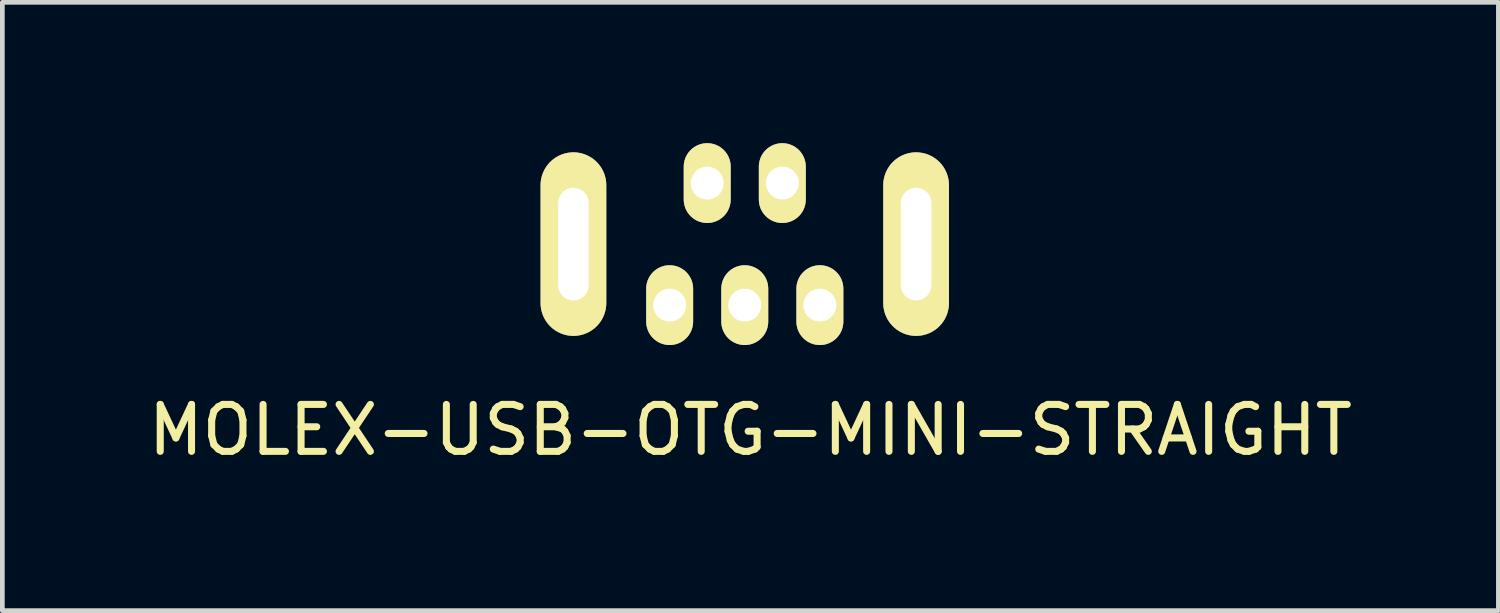
<source format=kicad_pcb>
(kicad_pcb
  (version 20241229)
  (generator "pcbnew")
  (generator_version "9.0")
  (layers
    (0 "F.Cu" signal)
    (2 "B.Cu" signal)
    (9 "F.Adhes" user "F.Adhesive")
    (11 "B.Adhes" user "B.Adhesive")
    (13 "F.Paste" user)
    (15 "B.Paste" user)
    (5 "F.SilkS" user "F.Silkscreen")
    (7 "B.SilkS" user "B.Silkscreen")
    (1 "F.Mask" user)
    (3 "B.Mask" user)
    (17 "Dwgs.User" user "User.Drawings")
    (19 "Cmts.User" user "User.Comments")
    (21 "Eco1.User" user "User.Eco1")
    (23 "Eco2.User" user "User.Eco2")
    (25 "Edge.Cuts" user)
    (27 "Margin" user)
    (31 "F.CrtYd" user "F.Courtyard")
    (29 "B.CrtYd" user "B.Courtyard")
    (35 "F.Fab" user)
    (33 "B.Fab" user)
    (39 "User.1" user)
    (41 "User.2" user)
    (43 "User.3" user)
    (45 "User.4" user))
  (footprint "MOLEX-USB-OTG-MINI-STRAIGHT"
    (layer "F.Cu")
    (at 9.165 2.15)
    (property "Reference" "MOLEX-USB-OTG-MINI-STRAIGHT" (at 3.77 3.96 0) (layer "F.SilkS") (effects (font (size 1 1) (thickness 0.15))))
    (attr through_hole)
    (pad "" thru_hole oval (at 0 0) (size 1.4 3.91) (drill oval 0.65 2.4) (layers "*.Cu" "*.Mask" "F.SilkS"))
    (pad "" thru_hole oval (at 7.3 0) (size 1.4 3.91) (drill oval 0.65 2.4) (layers "*.Cu" "*.Mask" "F.SilkS"))
    (pad "1" thru_hole oval (at 2.05 1.3) (size 1 1.7) (drill 0.7) (layers "*.Cu" "*.Mask" "F.SilkS"))
    (pad "2" thru_hole oval (at 2.85 -1.3) (size 1 1.7) (drill 0.7) (layers "*.Cu" "*.Mask" "F.SilkS"))
    (pad "3" thru_hole oval (at 3.65 1.3) (size 1 1.7) (drill 0.7) (layers "*.Cu" "*.Mask" "F.SilkS"))
    (pad "4" thru_hole oval (at 4.45 -1.3) (size 1 1.7) (drill 0.7) (layers "*.Cu" "*.Mask" "F.SilkS"))
    (pad "5" thru_hole oval (at 5.25 1.3) (size 1 1.7) (drill 0.7) (layers "*.Cu" "*.Mask" "F.SilkS")))
  (gr_rect
    (start -3 -3)
    (end 28.869 9.958)
    (stroke (width 0.1) (type default))
    (fill no)
    (layer "Edge.Cuts")))
</source>
